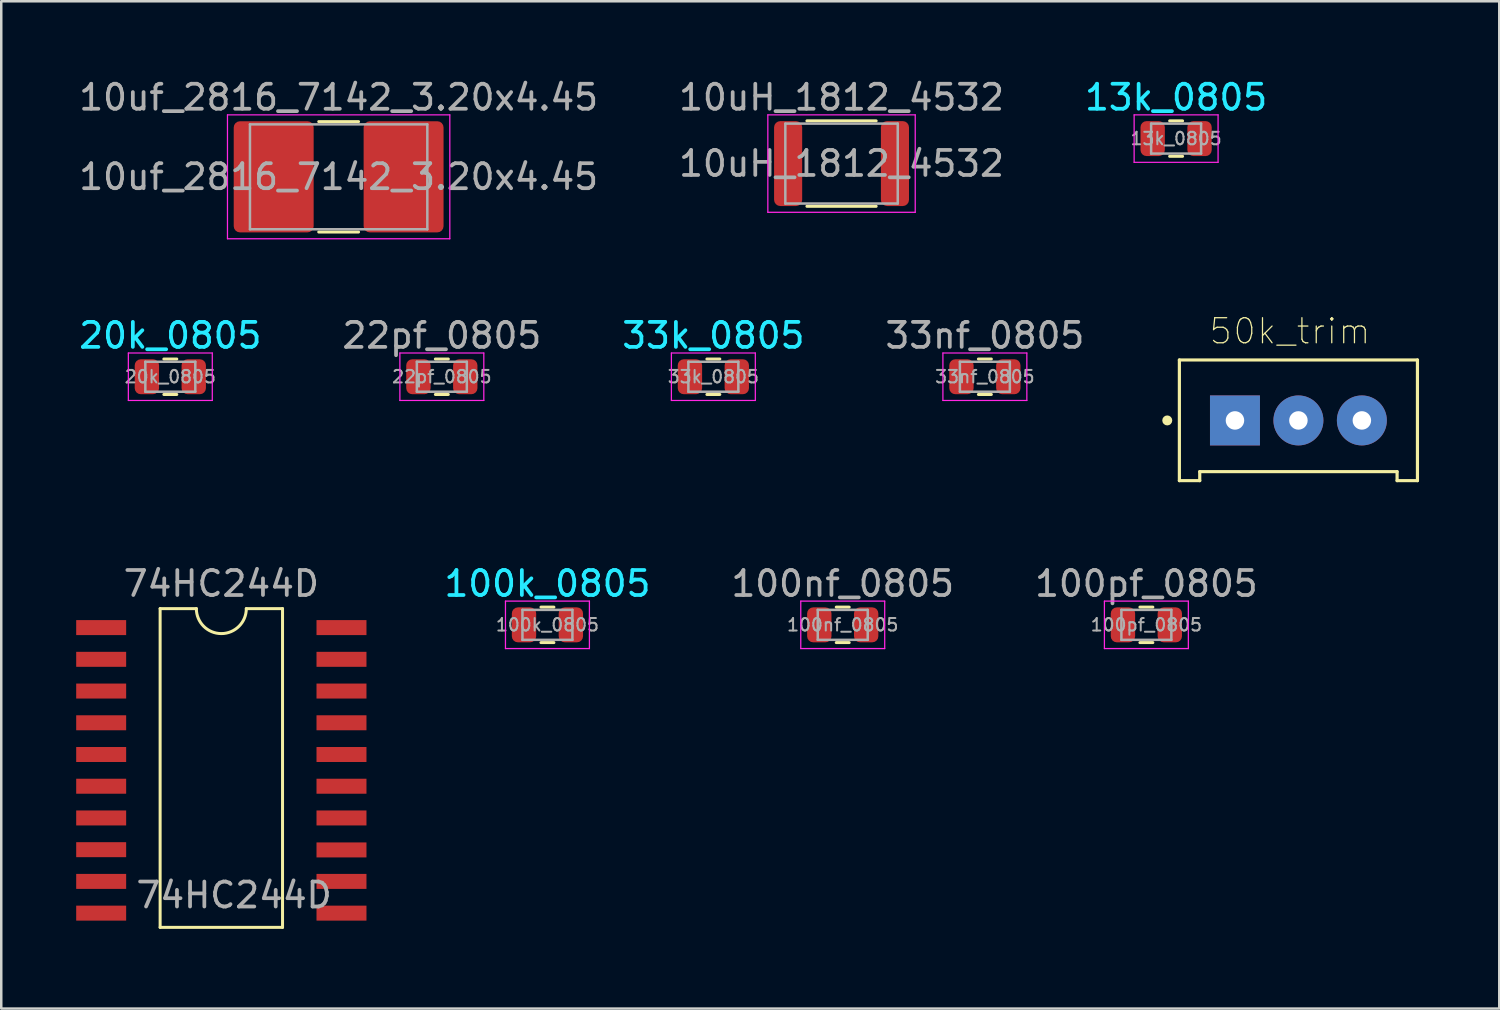
<source format=kicad_pcb>
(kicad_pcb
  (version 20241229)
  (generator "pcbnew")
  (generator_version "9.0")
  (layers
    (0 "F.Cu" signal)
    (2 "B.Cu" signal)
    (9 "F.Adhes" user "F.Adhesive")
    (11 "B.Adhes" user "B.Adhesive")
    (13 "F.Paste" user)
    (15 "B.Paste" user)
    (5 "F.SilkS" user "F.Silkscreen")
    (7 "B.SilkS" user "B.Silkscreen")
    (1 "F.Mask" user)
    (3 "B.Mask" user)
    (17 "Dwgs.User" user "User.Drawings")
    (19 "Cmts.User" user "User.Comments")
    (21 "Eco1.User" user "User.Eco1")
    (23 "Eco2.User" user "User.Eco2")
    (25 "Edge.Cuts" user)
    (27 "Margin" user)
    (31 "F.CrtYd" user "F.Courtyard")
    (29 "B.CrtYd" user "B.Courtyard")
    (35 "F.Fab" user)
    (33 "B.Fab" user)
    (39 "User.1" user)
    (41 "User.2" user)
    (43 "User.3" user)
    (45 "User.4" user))
  (footprint "100nf_0805"
    (layer "F.Cu")
    (at 30.685 21.963)
    (property "Reference" "100nf_0805" (at 0 -1.65 0) (layer "F.Fab") (effects (font (size 1 1) (thickness 0.15))))
    (attr smd)
    (fp_line (start -0.259 -0.71) (end 0.259 -0.71) (stroke (width 0.12) (type solid)) (layer "F.SilkS"))
    (fp_line (start -0.259 0.71) (end 0.259 0.71) (stroke (width 0.12) (type solid)) (layer "F.SilkS"))
    (fp_line (start -1.68 -0.95) (end 1.68 -0.95) (stroke (width 0.05) (type solid)) (layer "F.CrtYd"))
    (fp_line (start -1.68 0.95) (end -1.68 -0.95) (stroke (width 0.05) (type solid)) (layer "F.CrtYd"))
    (fp_line (start 1.68 -0.95) (end 1.68 0.95) (stroke (width 0.05) (type solid)) (layer "F.CrtYd"))
    (fp_line (start 1.68 0.95) (end -1.68 0.95) (stroke (width 0.05) (type solid)) (layer "F.CrtYd"))
    (fp_line (start -1 -0.6) (end 1 -0.6) (stroke (width 0.1) (type solid)) (layer "F.Fab"))
    (fp_line (start -1 0.6) (end -1 -0.6) (stroke (width 0.1) (type solid)) (layer "F.Fab"))
    (fp_line (start 1 -0.6) (end 1 0.6) (stroke (width 0.1) (type solid)) (layer "F.Fab"))
    (fp_line (start 1 0.6) (end -1 0.6) (stroke (width 0.1) (type solid)) (layer "F.Fab"))
    (fp_text user "${REFERENCE}" (at 0 0 0) (layer "F.Fab") (effects (font (size 0.5 0.5) (thickness 0.08))))
    (pad "1" smd roundrect (at -0.938 0) (size 0.975 1.4) (layers "F.Cu" "F.Mask" "F.Paste") (roundrect_rratio 0.25))
    (pad "2" smd roundrect (at 0.938 0) (size 0.975 1.4) (layers "F.Cu" "F.Mask" "F.Paste") (roundrect_rratio 0.25)))
  (footprint "22pf_0805"
    (layer "F.Cu")
    (at 14.637 12.031)
    (property "Reference" "22pf_0805" (at 0 -1.65 0) (layer "F.Fab") (effects (font (size 1 1) (thickness 0.15))))
    (attr smd)
    (fp_line (start -0.259 -0.71) (end 0.259 -0.71) (stroke (width 0.12) (type solid)) (layer "F.SilkS"))
    (fp_line (start -0.259 0.71) (end 0.259 0.71) (stroke (width 0.12) (type solid)) (layer "F.SilkS"))
    (fp_line (start -1.68 -0.95) (end 1.68 -0.95) (stroke (width 0.05) (type solid)) (layer "F.CrtYd"))
    (fp_line (start -1.68 0.95) (end -1.68 -0.95) (stroke (width 0.05) (type solid)) (layer "F.CrtYd"))
    (fp_line (start 1.68 -0.95) (end 1.68 0.95) (stroke (width 0.05) (type solid)) (layer "F.CrtYd"))
    (fp_line (start 1.68 0.95) (end -1.68 0.95) (stroke (width 0.05) (type solid)) (layer "F.CrtYd"))
    (fp_line (start -1 -0.6) (end 1 -0.6) (stroke (width 0.1) (type solid)) (layer "F.Fab"))
    (fp_line (start -1 0.6) (end -1 -0.6) (stroke (width 0.1) (type solid)) (layer "F.Fab"))
    (fp_line (start 1 -0.6) (end 1 0.6) (stroke (width 0.1) (type solid)) (layer "F.Fab"))
    (fp_line (start 1 0.6) (end -1 0.6) (stroke (width 0.1) (type solid)) (layer "F.Fab"))
    (fp_text user "${REFERENCE}" (at 0 0 0) (layer "F.Fab") (effects (font (size 0.5 0.5) (thickness 0.08))))
    (pad "1" smd roundrect (at -0.938 0) (size 0.975 1.4) (layers "F.Cu" "F.Mask" "F.Paste") (roundrect_rratio 0.25))
    (pad "2" smd roundrect (at 0.938 0) (size 0.975 1.4) (layers "F.Cu" "F.Mask" "F.Paste") (roundrect_rratio 0.25)))
  (footprint "10uH_1812_4532"
    (layer "F.Cu")
    (at 30.637 3.498)
    (property "Reference" "10uH_1812_4532" (at 0 -2.65 0) (layer "F.Fab") (effects (font (size 1 1) (thickness 0.15))))
    (attr smd)
    (fp_line (start -1.386 -1.71) (end 1.386 -1.71) (stroke (width 0.12) (type solid)) (layer "F.SilkS"))
    (fp_line (start -1.386 1.71) (end 1.386 1.71) (stroke (width 0.12) (type solid)) (layer "F.SilkS"))
    (fp_line (start -2.95 -1.95) (end 2.95 -1.95) (stroke (width 0.05) (type solid)) (layer "F.CrtYd"))
    (fp_line (start -2.95 1.95) (end -2.95 -1.95) (stroke (width 0.05) (type solid)) (layer "F.CrtYd"))
    (fp_line (start 2.95 -1.95) (end 2.95 1.95) (stroke (width 0.05) (type solid)) (layer "F.CrtYd"))
    (fp_line (start 2.95 1.95) (end -2.95 1.95) (stroke (width 0.05) (type solid)) (layer "F.CrtYd"))
    (fp_line (start -2.25 -1.6) (end 2.25 -1.6) (stroke (width 0.1) (type solid)) (layer "F.Fab"))
    (fp_line (start -2.25 1.6) (end -2.25 -1.6) (stroke (width 0.1) (type solid)) (layer "F.Fab"))
    (fp_line (start 2.25 -1.6) (end 2.25 1.6) (stroke (width 0.1) (type solid)) (layer "F.Fab"))
    (fp_line (start 2.25 1.6) (end -2.25 1.6) (stroke (width 0.1) (type solid)) (layer "F.Fab"))
    (fp_text user "${REFERENCE}" (at 0 0 0) (layer "F.Fab") (effects (font (size 1 1) (thickness 0.15))))
    (pad "1" smd roundrect (at -2.138 0) (size 1.125 3.4) (layers "F.Cu" "F.Mask" "F.Paste") (roundrect_rratio 0.222))
    (pad "2" smd roundrect (at 2.138 0) (size 1.125 3.4) (layers "F.Cu" "F.Mask" "F.Paste") (roundrect_rratio 0.222)))
  (footprint "50k_trim"
    (layer "F.Cu")
    (at 48.926 13.78)
    (property "Reference" "50k_trim" (at -0.338 -3.571 0) (layer "F.SilkS") (effects (font (size 1.004 1.004) (thickness 0.05))))
    (attr through_hole)
    (fp_line (start -4.765 -2.42) (end 4.765 -2.42) (stroke (width 0.127) (type solid)) (layer "F.SilkS"))
    (fp_line (start -4.765 2.41) (end -4.765 -2.42) (stroke (width 0.127) (type solid)) (layer "F.SilkS"))
    (fp_line (start -3.95 2.05) (end -3.95 2.41) (stroke (width 0.127) (type solid)) (layer "F.SilkS"))
    (fp_line (start -3.95 2.41) (end -4.765 2.41) (stroke (width 0.127) (type solid)) (layer "F.SilkS"))
    (fp_line (start 3.95 2.05) (end -3.95 2.05) (stroke (width 0.127) (type solid)) (layer "F.SilkS"))
    (fp_line (start 3.95 2.41) (end 3.95 2.05) (stroke (width 0.127) (type solid)) (layer "F.SilkS"))
    (fp_line (start 4.765 -2.42) (end 4.765 2.41) (stroke (width 0.127) (type solid)) (layer "F.SilkS"))
    (fp_line (start 4.765 2.41) (end 3.95 2.41) (stroke (width 0.127) (type solid)) (layer "F.SilkS"))
    (fp_circle (center -5.25 0) (end -5.15 0) (stroke (width 0.2) (type solid)) (fill no) (layer "F.SilkS"))
    (fp_line (start -5.015 -2.67) (end 5.015 -2.67) (stroke (width 0.05) (type solid)) (layer "Eco1.User"))
    (fp_line (start -5.015 2.66) (end -5.015 -2.67) (stroke (width 0.05) (type solid)) (layer "Eco1.User"))
    (fp_line (start 5.015 -2.67) (end 5.015 2.66) (stroke (width 0.05) (type solid)) (layer "Eco1.User"))
    (fp_line (start 5.015 2.66) (end -5.015 2.66) (stroke (width 0.05) (type solid)) (layer "Eco1.User"))
    (fp_line (start -4.765 -2.42) (end 4.765 -2.42) (stroke (width 0.127) (type solid)) (layer "Eco2.User"))
    (fp_line (start -4.765 2.41) (end -4.765 -2.42) (stroke (width 0.127) (type solid)) (layer "Eco2.User"))
    (fp_line (start -3.95 2.05) (end -3.95 2.41) (stroke (width 0.127) (type solid)) (layer "Eco2.User"))
    (fp_line (start -3.95 2.41) (end -4.765 2.41) (stroke (width 0.127) (type solid)) (layer "Eco2.User"))
    (fp_line (start 3.95 2.05) (end -3.95 2.05) (stroke (width 0.127) (type solid)) (layer "Eco2.User"))
    (fp_line (start 3.95 2.41) (end 3.95 2.05) (stroke (width 0.127) (type solid)) (layer "Eco2.User"))
    (fp_line (start 4.765 -2.42) (end 4.765 2.41) (stroke (width 0.127) (type solid)) (layer "Eco2.User"))
    (fp_line (start 4.765 2.41) (end 3.95 2.41) (stroke (width 0.127) (type solid)) (layer "Eco2.User"))
    (pad "1" thru_hole rect (at -2.54 0) (size 2 2) (drill 0.74) (layers "*.Cu" "*.Mask"))
    (pad "2" thru_hole circle (at 0 0) (size 2 2) (drill 0.74) (layers "*.Cu" "*.Mask"))
    (pad "3" thru_hole circle (at 2.54 0) (size 2 2) (drill 0.74) (layers "*.Cu" "*.Mask")))
  (footprint "10uf_2816_7142_3.20x4.45"
    (layer "F.Cu")
    (at 10.506 4.028)
    (property "Reference" "10uf_2816_7142_3.20x4.45" (at 0 -3.18 0) (layer "F.Fab") (effects (font (size 1 1) (thickness 0.15))))
    (attr smd)
    (fp_line (start -0.797 -2.21) (end 0.797 -2.21) (stroke (width 0.12) (type solid)) (layer "F.SilkS"))
    (fp_line (start -0.797 2.21) (end 0.797 2.21) (stroke (width 0.12) (type solid)) (layer "F.SilkS"))
    (fp_line (start -4.45 -2.48) (end 4.45 -2.48) (stroke (width 0.05) (type solid)) (layer "F.CrtYd"))
    (fp_line (start -4.45 2.48) (end -4.45 -2.48) (stroke (width 0.05) (type solid)) (layer "F.CrtYd"))
    (fp_line (start 4.45 -2.48) (end 4.45 2.48) (stroke (width 0.05) (type solid)) (layer "F.CrtYd"))
    (fp_line (start 4.45 2.48) (end -4.45 2.48) (stroke (width 0.05) (type solid)) (layer "F.CrtYd"))
    (fp_line (start -3.55 -2.1) (end 3.55 -2.1) (stroke (width 0.1) (type solid)) (layer "F.Fab"))
    (fp_line (start -3.55 2.1) (end -3.55 -2.1) (stroke (width 0.1) (type solid)) (layer "F.Fab"))
    (fp_line (start 3.55 -2.1) (end 3.55 2.1) (stroke (width 0.1) (type solid)) (layer "F.Fab"))
    (fp_line (start 3.55 2.1) (end -3.55 2.1) (stroke (width 0.1) (type solid)) (layer "F.Fab"))
    (fp_text user "${REFERENCE}" (at 0 0 0) (layer "F.Fab") (effects (font (size 1 1) (thickness 0.15))))
    (pad "1" smd roundrect (at -2.6 0) (size 3.2 4.45) (layers "F.Cu" "F.Mask" "F.Paste") (roundrect_rratio 0.078))
    (pad "2" smd roundrect (at 2.6 0) (size 3.2 4.45) (layers "F.Cu" "F.Mask" "F.Paste") (roundrect_rratio 0.078)))
  (footprint "33k_0805"
    (layer "F.Cu")
    (at 25.506 12.031)
    (property "Reference" "33k_0805" (at 0 -1.65 0) (layer "B.CrtYd") (effects (font (size 1 1) (thickness 0.15))))
    (attr smd)
    (fp_line (start -0.259 -0.71) (end 0.259 -0.71) (stroke (width 0.12) (type solid)) (layer "F.SilkS"))
    (fp_line (start -0.259 0.71) (end 0.259 0.71) (stroke (width 0.12) (type solid)) (layer "F.SilkS"))
    (fp_line (start -1.68 -0.95) (end 1.68 -0.95) (stroke (width 0.05) (type solid)) (layer "F.CrtYd"))
    (fp_line (start -1.68 0.95) (end -1.68 -0.95) (stroke (width 0.05) (type solid)) (layer "F.CrtYd"))
    (fp_line (start 1.68 -0.95) (end 1.68 0.95) (stroke (width 0.05) (type solid)) (layer "F.CrtYd"))
    (fp_line (start 1.68 0.95) (end -1.68 0.95) (stroke (width 0.05) (type solid)) (layer "F.CrtYd"))
    (fp_line (start -1 -0.6) (end 1 -0.6) (stroke (width 0.1) (type solid)) (layer "F.Fab"))
    (fp_line (start -1 0.6) (end -1 -0.6) (stroke (width 0.1) (type solid)) (layer "F.Fab"))
    (fp_line (start 1 -0.6) (end 1 0.6) (stroke (width 0.1) (type solid)) (layer "F.Fab"))
    (fp_line (start 1 0.6) (end -1 0.6) (stroke (width 0.1) (type solid)) (layer "F.Fab"))
    (fp_text user "${REFERENCE}" (at 0 0 0) (layer "F.Fab") (effects (font (size 0.5 0.5) (thickness 0.08))))
    (pad "1" smd roundrect (at -0.938 0) (size 0.975 1.4) (layers "F.Cu" "F.Mask" "F.Paste") (roundrect_rratio 0.25))
    (pad "2" smd roundrect (at 0.938 0) (size 0.975 1.4) (layers "F.Cu" "F.Mask" "F.Paste") (roundrect_rratio 0.25)))
  (footprint "74HC244D"
    (layer "F.Cu")
    (at 5.81 34.073)
    (property "Reference" "74HC244D" (at 0 -13.76 0) (layer "F.Fab") (effects (font (size 1 1) (thickness 0.15))))
    (attr smd)
    (fp_line (start -2.45 -12.76) (end -2.45 0) (stroke (width 0.12) (type solid)) (layer "F.SilkS"))
    (fp_line (start -2.45 0) (end 2.45 0) (stroke (width 0.12) (type solid)) (layer "F.SilkS"))
    (fp_line (start -1 -12.76) (end -2.45 -12.76) (stroke (width 0.12) (type solid)) (layer "F.SilkS"))
    (fp_line (start 2.45 -12.76) (end 1 -12.76) (stroke (width 0.12) (type solid)) (layer "F.SilkS"))
    (fp_line (start 2.45 0) (end 2.45 -12.76) (stroke (width 0.12) (type solid)) (layer "F.SilkS"))
    (fp_arc (start 1 -12.76) (mid 0 -11.76) (end -1 -12.76) (stroke (width 0.12) (type solid)) (layer "F.SilkS"))
    (fp_text user "${REFERENCE}" (at 0.51 -1.29 0) (layer "F.Fab") (effects (font (size 1 1) (thickness 0.15))))
    (pad "1" smd rect (at -4.81 -12) (size 2 0.6) (layers "F.Cu" "F.Mask" "F.Paste"))
    (pad "2" smd rect (at -4.81 -10.73) (size 2 0.6) (layers "F.Cu" "F.Mask" "F.Paste"))
    (pad "3" smd rect (at -4.81 -9.46) (size 2 0.6) (layers "F.Cu" "F.Mask" "F.Paste"))
    (pad "4" smd rect (at -4.81 -8.19) (size 2 0.6) (layers "F.Cu" "F.Mask" "F.Paste"))
    (pad "5" smd rect (at -4.81 -6.92) (size 2 0.6) (layers "F.Cu" "F.Mask" "F.Paste"))
    (pad "6" smd rect (at -4.81 -5.65) (size 2 0.6) (layers "F.Cu" "F.Mask" "F.Paste"))
    (pad "7" smd rect (at -4.81 -4.38) (size 2 0.6) (layers "F.Cu" "F.Mask" "F.Paste"))
    (pad "8" smd rect (at -4.81 -3.11) (size 2 0.6) (layers "F.Cu" "F.Mask" "F.Paste"))
    (pad "9" smd rect (at -4.81 -1.84) (size 2 0.6) (layers "F.Cu" "F.Mask" "F.Paste"))
    (pad "10" smd rect (at -4.81 -0.57) (size 2 0.6) (layers "F.Cu" "F.Mask" "F.Paste"))
    (pad "11" smd rect (at 4.81 -0.57) (size 2 0.6) (layers "F.Cu" "F.Mask" "F.Paste"))
    (pad "12" smd rect (at 4.81 -1.84) (size 2 0.6) (layers "F.Cu" "F.Mask" "F.Paste"))
    (pad "13" smd rect (at 4.81 -3.1) (size 2 0.6) (layers "F.Cu" "F.Mask" "F.Paste"))
    (pad "14" smd rect (at 4.81 -4.38) (size 2 0.6) (layers "F.Cu" "F.Mask" "F.Paste"))
    (pad "15" smd rect (at 4.81 -5.65) (size 2 0.6) (layers "F.Cu" "F.Mask" "F.Paste"))
    (pad "16" smd rect (at 4.81 -6.92) (size 2 0.6) (layers "F.Cu" "F.Mask" "F.Paste"))
    (pad "17" smd rect (at 4.81 -8.19) (size 2 0.6) (layers "F.Cu" "F.Mask" "F.Paste"))
    (pad "18" smd rect (at 4.81 -9.46) (size 2 0.6) (layers "F.Cu" "F.Mask" "F.Paste"))
    (pad "19" smd rect (at 4.81 -10.73) (size 2 0.6) (layers "F.Cu" "F.Mask" "F.Paste"))
    (pad "20" smd rect (at 4.81 -12) (size 2 0.6) (layers "F.Cu" "F.Mask" "F.Paste")))
  (footprint "13k_0805"
    (layer "F.Cu")
    (at 44.03 2.498)
    (property "Reference" "13k_0805" (at 0 -1.65 0) (layer "B.CrtYd") (effects (font (size 1 1) (thickness 0.15))))
    (attr smd)
    (fp_line (start -0.259 -0.71) (end 0.259 -0.71) (stroke (width 0.12) (type solid)) (layer "F.SilkS"))
    (fp_line (start -0.259 0.71) (end 0.259 0.71) (stroke (width 0.12) (type solid)) (layer "F.SilkS"))
    (fp_line (start -1.68 -0.95) (end 1.68 -0.95) (stroke (width 0.05) (type solid)) (layer "F.CrtYd"))
    (fp_line (start -1.68 0.95) (end -1.68 -0.95) (stroke (width 0.05) (type solid)) (layer "F.CrtYd"))
    (fp_line (start 1.68 -0.95) (end 1.68 0.95) (stroke (width 0.05) (type solid)) (layer "F.CrtYd"))
    (fp_line (start 1.68 0.95) (end -1.68 0.95) (stroke (width 0.05) (type solid)) (layer "F.CrtYd"))
    (fp_line (start -1 -0.6) (end 1 -0.6) (stroke (width 0.1) (type solid)) (layer "F.Fab"))
    (fp_line (start -1 0.6) (end -1 -0.6) (stroke (width 0.1) (type solid)) (layer "F.Fab"))
    (fp_line (start 1 -0.6) (end 1 0.6) (stroke (width 0.1) (type solid)) (layer "F.Fab"))
    (fp_line (start 1 0.6) (end -1 0.6) (stroke (width 0.1) (type solid)) (layer "F.Fab"))
    (fp_text user "${REFERENCE}" (at 0 0 0) (layer "F.Fab") (effects (font (size 0.5 0.5) (thickness 0.08))))
    (pad "1" smd roundrect (at -0.938 0) (size 0.975 1.4) (layers "F.Cu" "F.Mask" "F.Paste") (roundrect_rratio 0.25))
    (pad "2" smd roundrect (at 0.938 0) (size 0.975 1.4) (layers "F.Cu" "F.Mask" "F.Paste") (roundrect_rratio 0.25)))
  (footprint "100pf_0805"
    (layer "F.Cu")
    (at 42.84 21.963)
    (property "Reference" "100pf_0805" (at 0 -1.65 0) (layer "F.Fab") (effects (font (size 1 1) (thickness 0.15))))
    (attr smd)
    (fp_line (start -0.259 -0.71) (end 0.259 -0.71) (stroke (width 0.12) (type solid)) (layer "F.SilkS"))
    (fp_line (start -0.259 0.71) (end 0.259 0.71) (stroke (width 0.12) (type solid)) (layer "F.SilkS"))
    (fp_line (start -1.68 -0.95) (end 1.68 -0.95) (stroke (width 0.05) (type solid)) (layer "F.CrtYd"))
    (fp_line (start -1.68 0.95) (end -1.68 -0.95) (stroke (width 0.05) (type solid)) (layer "F.CrtYd"))
    (fp_line (start 1.68 -0.95) (end 1.68 0.95) (stroke (width 0.05) (type solid)) (layer "F.CrtYd"))
    (fp_line (start 1.68 0.95) (end -1.68 0.95) (stroke (width 0.05) (type solid)) (layer "F.CrtYd"))
    (fp_line (start -1 -0.6) (end 1 -0.6) (stroke (width 0.1) (type solid)) (layer "F.Fab"))
    (fp_line (start -1 0.6) (end -1 -0.6) (stroke (width 0.1) (type solid)) (layer "F.Fab"))
    (fp_line (start 1 -0.6) (end 1 0.6) (stroke (width 0.1) (type solid)) (layer "F.Fab"))
    (fp_line (start 1 0.6) (end -1 0.6) (stroke (width 0.1) (type solid)) (layer "F.Fab"))
    (fp_text user "${REFERENCE}" (at 0 0 0) (layer "F.Fab") (effects (font (size 0.5 0.5) (thickness 0.08))))
    (pad "1" smd roundrect (at -0.938 0) (size 0.975 1.4) (layers "F.Cu" "F.Mask" "F.Paste") (roundrect_rratio 0.25))
    (pad "2" smd roundrect (at 0.938 0) (size 0.975 1.4) (layers "F.Cu" "F.Mask" "F.Paste") (roundrect_rratio 0.25)))
  (footprint "100k_0805"
    (layer "F.Cu")
    (at 18.864 21.963)
    (property "Reference" "100k_0805" (at 0 -1.65 0) (layer "B.CrtYd") (effects (font (size 1 1) (thickness 0.15))))
    (attr smd)
    (fp_line (start -0.259 -0.71) (end 0.259 -0.71) (stroke (width 0.12) (type solid)) (layer "F.SilkS"))
    (fp_line (start -0.259 0.71) (end 0.259 0.71) (stroke (width 0.12) (type solid)) (layer "F.SilkS"))
    (fp_line (start -1.68 -0.95) (end 1.68 -0.95) (stroke (width 0.05) (type solid)) (layer "F.CrtYd"))
    (fp_line (start -1.68 0.95) (end -1.68 -0.95) (stroke (width 0.05) (type solid)) (layer "F.CrtYd"))
    (fp_line (start 1.68 -0.95) (end 1.68 0.95) (stroke (width 0.05) (type solid)) (layer "F.CrtYd"))
    (fp_line (start 1.68 0.95) (end -1.68 0.95) (stroke (width 0.05) (type solid)) (layer "F.CrtYd"))
    (fp_line (start -1 -0.6) (end 1 -0.6) (stroke (width 0.1) (type solid)) (layer "F.Fab"))
    (fp_line (start -1 0.6) (end -1 -0.6) (stroke (width 0.1) (type solid)) (layer "F.Fab"))
    (fp_line (start 1 -0.6) (end 1 0.6) (stroke (width 0.1) (type solid)) (layer "F.Fab"))
    (fp_line (start 1 0.6) (end -1 0.6) (stroke (width 0.1) (type solid)) (layer "F.Fab"))
    (fp_text user "${REFERENCE}" (at 0 0 0) (layer "F.Fab") (effects (font (size 0.5 0.5) (thickness 0.08))))
    (pad "1" smd roundrect (at -0.938 0) (size 0.975 1.4) (layers "F.Cu" "F.Mask" "F.Paste") (roundrect_rratio 0.25))
    (pad "2" smd roundrect (at 0.938 0) (size 0.975 1.4) (layers "F.Cu" "F.Mask" "F.Paste") (roundrect_rratio 0.25)))
  (footprint "33nf_0805"
    (layer "F.Cu")
    (at 36.375 12.031)
    (property "Reference" "33nf_0805" (at 0 -1.65 0) (layer "F.Fab") (effects (font (size 1 1) (thickness 0.15))))
    (attr smd)
    (fp_line (start -0.259 -0.71) (end 0.259 -0.71) (stroke (width 0.12) (type solid)) (layer "F.SilkS"))
    (fp_line (start -0.259 0.71) (end 0.259 0.71) (stroke (width 0.12) (type solid)) (layer "F.SilkS"))
    (fp_line (start -1.68 -0.95) (end 1.68 -0.95) (stroke (width 0.05) (type solid)) (layer "F.CrtYd"))
    (fp_line (start -1.68 0.95) (end -1.68 -0.95) (stroke (width 0.05) (type solid)) (layer "F.CrtYd"))
    (fp_line (start 1.68 -0.95) (end 1.68 0.95) (stroke (width 0.05) (type solid)) (layer "F.CrtYd"))
    (fp_line (start 1.68 0.95) (end -1.68 0.95) (stroke (width 0.05) (type solid)) (layer "F.CrtYd"))
    (fp_line (start -1 -0.6) (end 1 -0.6) (stroke (width 0.1) (type solid)) (layer "F.Fab"))
    (fp_line (start -1 0.6) (end -1 -0.6) (stroke (width 0.1) (type solid)) (layer "F.Fab"))
    (fp_line (start 1 -0.6) (end 1 0.6) (stroke (width 0.1) (type solid)) (layer "F.Fab"))
    (fp_line (start 1 0.6) (end -1 0.6) (stroke (width 0.1) (type solid)) (layer "F.Fab"))
    (fp_text user "${REFERENCE}" (at 0 0 0) (layer "F.Fab") (effects (font (size 0.5 0.5) (thickness 0.08))))
    (pad "1" smd roundrect (at -0.938 0) (size 0.975 1.4) (layers "F.Cu" "F.Mask" "F.Paste") (roundrect_rratio 0.25))
    (pad "2" smd roundrect (at 0.938 0) (size 0.975 1.4) (layers "F.Cu" "F.Mask" "F.Paste") (roundrect_rratio 0.25)))
  (footprint "20k_0805"
    (layer "F.Cu")
    (at 3.768 12.031)
    (property "Reference" "20k_0805" (at 0 -1.65 0) (layer "B.CrtYd") (effects (font (size 1 1) (thickness 0.15))))
    (attr smd)
    (fp_line (start -0.259 -0.71) (end 0.259 -0.71) (stroke (width 0.12) (type solid)) (layer "F.SilkS"))
    (fp_line (start -0.259 0.71) (end 0.259 0.71) (stroke (width 0.12) (type solid)) (layer "F.SilkS"))
    (fp_line (start -1.68 -0.95) (end 1.68 -0.95) (stroke (width 0.05) (type solid)) (layer "F.CrtYd"))
    (fp_line (start -1.68 0.95) (end -1.68 -0.95) (stroke (width 0.05) (type solid)) (layer "F.CrtYd"))
    (fp_line (start 1.68 -0.95) (end 1.68 0.95) (stroke (width 0.05) (type solid)) (layer "F.CrtYd"))
    (fp_line (start 1.68 0.95) (end -1.68 0.95) (stroke (width 0.05) (type solid)) (layer "F.CrtYd"))
    (fp_line (start -1 -0.6) (end 1 -0.6) (stroke (width 0.1) (type solid)) (layer "F.Fab"))
    (fp_line (start -1 0.6) (end -1 -0.6) (stroke (width 0.1) (type solid)) (layer "F.Fab"))
    (fp_line (start 1 -0.6) (end 1 0.6) (stroke (width 0.1) (type solid)) (layer "F.Fab"))
    (fp_line (start 1 0.6) (end -1 0.6) (stroke (width 0.1) (type solid)) (layer "F.Fab"))
    (fp_text user "${REFERENCE}" (at 0 0 0) (layer "F.Fab") (effects (font (size 0.5 0.5) (thickness 0.08))))
    (pad "1" smd roundrect (at -0.938 0) (size 0.975 1.4) (layers "F.Cu" "F.Mask" "F.Paste") (roundrect_rratio 0.25))
    (pad "2" smd roundrect (at 0.938 0) (size 0.975 1.4) (layers "F.Cu" "F.Mask" "F.Paste") (roundrect_rratio 0.25)))
  (gr_rect
    (start -3 -3)
    (end 56.966 37.323)
    (stroke (width 0.1) (type default))
    (fill no)
    (layer "Edge.Cuts")))
</source>
